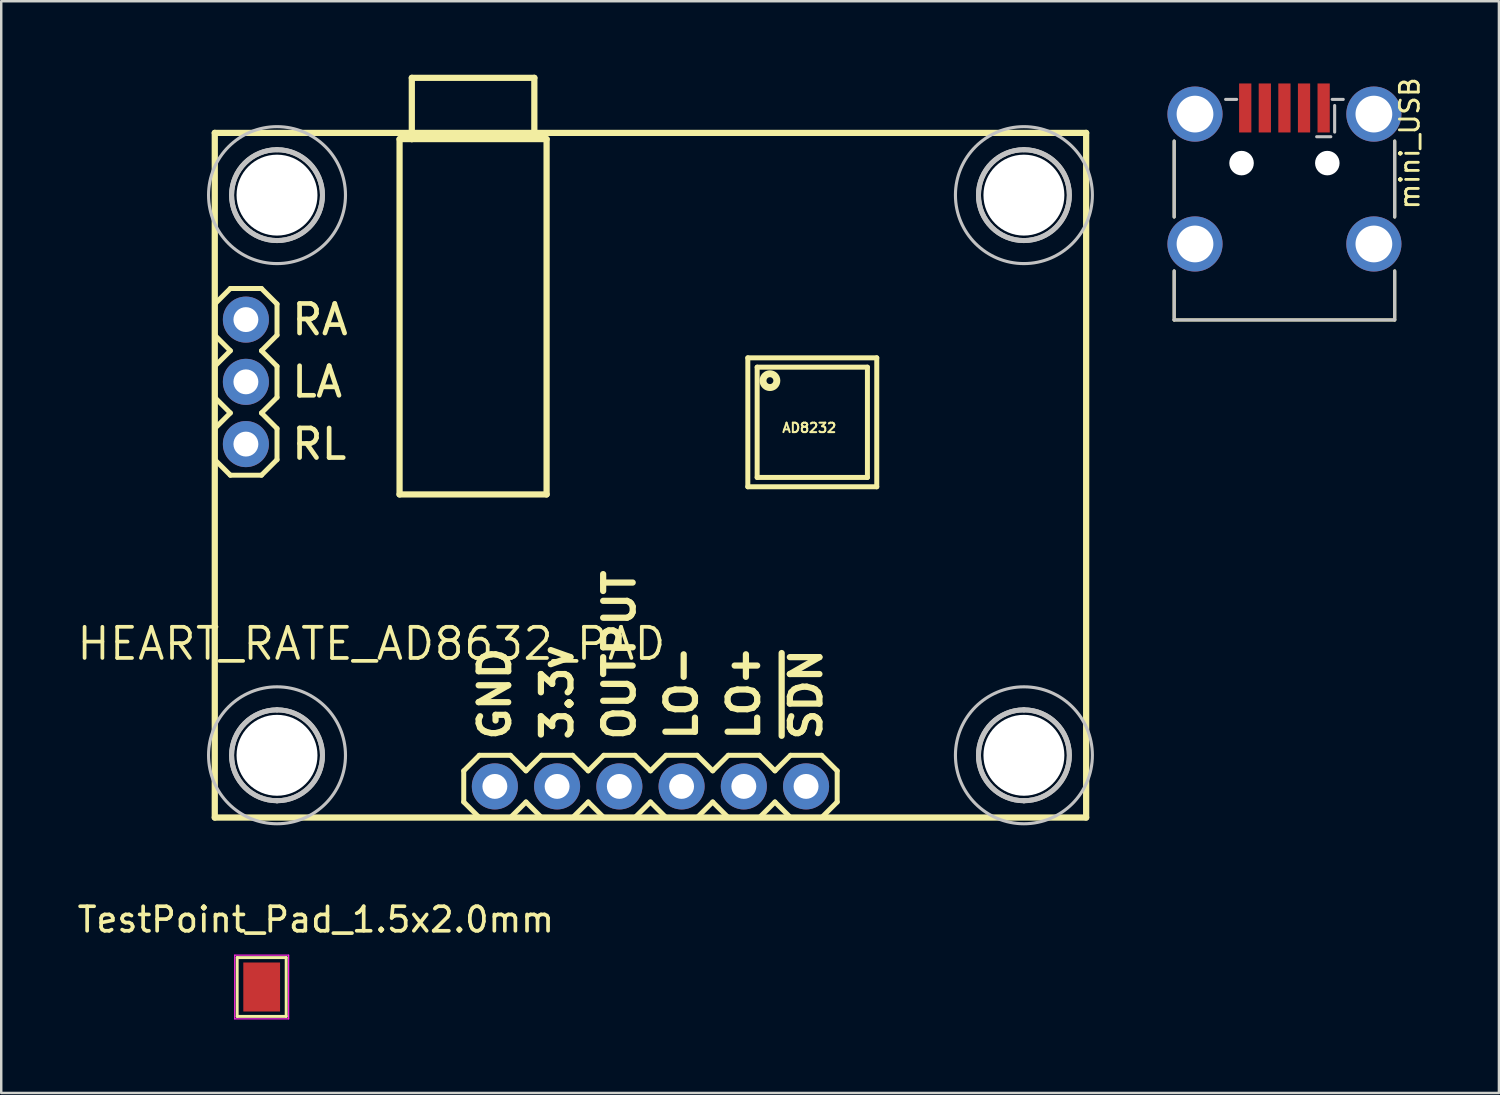
<source format=kicad_pcb>
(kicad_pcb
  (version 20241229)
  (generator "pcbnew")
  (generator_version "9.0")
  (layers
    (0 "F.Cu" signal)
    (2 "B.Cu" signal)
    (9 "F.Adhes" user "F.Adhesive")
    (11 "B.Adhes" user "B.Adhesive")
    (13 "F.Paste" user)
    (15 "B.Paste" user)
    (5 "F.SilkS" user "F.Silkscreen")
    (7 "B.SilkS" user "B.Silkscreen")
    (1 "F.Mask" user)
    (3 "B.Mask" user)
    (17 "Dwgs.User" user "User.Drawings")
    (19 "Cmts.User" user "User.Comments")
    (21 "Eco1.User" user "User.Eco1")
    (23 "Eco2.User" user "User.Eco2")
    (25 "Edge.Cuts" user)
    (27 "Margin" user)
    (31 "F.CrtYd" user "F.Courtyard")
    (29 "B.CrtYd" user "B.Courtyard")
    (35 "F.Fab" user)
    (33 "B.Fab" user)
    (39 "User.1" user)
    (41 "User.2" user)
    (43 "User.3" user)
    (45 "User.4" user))
  (footprint "HEART_RATE_AD8632_PAD"
    (layer "F.Cu")
    (at 5.715 30.313)
    (property "Reference" "HEART_RATE_AD8632_PAD" (at -5.715 -6.35 0) (layer "F.SilkS") (effects (font (size 1.27 1.27) (thickness 0.152)) (justify left bottom)))
    (attr through_hole)
    (fp_line (start 0 -27.94) (end 0 0) (stroke (width 0.254) (type solid)) (layer "F.SilkS"))
    (fp_line (start 0 -20.955) (end 0.635 -21.59) (stroke (width 0.203) (type solid)) (layer "F.SilkS"))
    (fp_line (start 0 -19.685) (end 0 -20.955) (stroke (width 0.203) (type solid)) (layer "F.SilkS"))
    (fp_line (start 0 -18.415) (end 0.635 -19.05) (stroke (width 0.203) (type solid)) (layer "F.SilkS"))
    (fp_line (start 0 -17.145) (end 0 -18.415) (stroke (width 0.203) (type solid)) (layer "F.SilkS"))
    (fp_line (start 0 -15.875) (end 0.635 -16.51) (stroke (width 0.203) (type solid)) (layer "F.SilkS"))
    (fp_line (start 0 -14.605) (end 0 -15.875) (stroke (width 0.203) (type solid)) (layer "F.SilkS"))
    (fp_line (start 0 -14.605) (end 0.635 -13.97) (stroke (width 0.203) (type solid)) (layer "F.SilkS"))
    (fp_line (start 0 0) (end 35.56 0) (stroke (width 0.254) (type solid)) (layer "F.SilkS"))
    (fp_line (start 0.635 -21.59) (end 1.905 -21.59) (stroke (width 0.203) (type solid)) (layer "F.SilkS"))
    (fp_line (start 0.635 -19.05) (end 0 -19.685) (stroke (width 0.203) (type solid)) (layer "F.SilkS"))
    (fp_line (start 0.635 -16.51) (end 0 -17.145) (stroke (width 0.203) (type solid)) (layer "F.SilkS"))
    (fp_line (start 0.635 -13.97) (end 1.905 -13.97) (stroke (width 0.203) (type solid)) (layer "F.SilkS"))
    (fp_line (start 1.905 -21.59) (end 2.54 -20.955) (stroke (width 0.203) (type solid)) (layer "F.SilkS"))
    (fp_line (start 1.905 -19.05) (end 2.54 -18.415) (stroke (width 0.203) (type solid)) (layer "F.SilkS"))
    (fp_line (start 1.905 -16.51) (end 2.54 -15.875) (stroke (width 0.203) (type solid)) (layer "F.SilkS"))
    (fp_line (start 1.905 -13.97) (end 2.54 -14.605) (stroke (width 0.203) (type solid)) (layer "F.SilkS"))
    (fp_line (start 2.54 -20.955) (end 2.54 -19.685) (stroke (width 0.203) (type solid)) (layer "F.SilkS"))
    (fp_line (start 2.54 -19.685) (end 1.905 -19.05) (stroke (width 0.203) (type solid)) (layer "F.SilkS"))
    (fp_line (start 2.54 -18.415) (end 2.54 -17.145) (stroke (width 0.203) (type solid)) (layer "F.SilkS"))
    (fp_line (start 2.54 -17.145) (end 1.905 -16.51) (stroke (width 0.203) (type solid)) (layer "F.SilkS"))
    (fp_line (start 2.54 -15.875) (end 2.54 -14.605) (stroke (width 0.203) (type solid)) (layer "F.SilkS"))
    (fp_line (start 7.541 -13.186) (end 7.541 -27.686) (stroke (width 0.254) (type solid)) (layer "F.SilkS"))
    (fp_line (start 8.041 -30.186) (end 8.041 -27.686) (stroke (width 0.254) (type solid)) (layer "F.SilkS"))
    (fp_line (start 8.041 -27.686) (end 7.541 -27.686) (stroke (width 0.254) (type solid)) (layer "F.SilkS"))
    (fp_line (start 10.16 -1.905) (end 10.16 -0.635) (stroke (width 0.203) (type solid)) (layer "F.SilkS"))
    (fp_line (start 10.16 -0.635) (end 10.795 0) (stroke (width 0.203) (type solid)) (layer "F.SilkS"))
    (fp_line (start 10.795 -2.54) (end 10.16 -1.905) (stroke (width 0.203) (type solid)) (layer "F.SilkS"))
    (fp_line (start 10.795 -2.54) (end 12.065 -2.54) (stroke (width 0.203) (type solid)) (layer "F.SilkS"))
    (fp_line (start 12.065 -2.54) (end 12.7 -1.905) (stroke (width 0.203) (type solid)) (layer "F.SilkS"))
    (fp_line (start 12.065 0) (end 10.795 0) (stroke (width 0.203) (type solid)) (layer "F.SilkS"))
    (fp_line (start 12.7 -1.905) (end 13.335 -2.54) (stroke (width 0.203) (type solid)) (layer "F.SilkS"))
    (fp_line (start 12.7 -0.635) (end 12.065 0) (stroke (width 0.203) (type solid)) (layer "F.SilkS"))
    (fp_line (start 13.041 -30.186) (end 8.041 -30.186) (stroke (width 0.254) (type solid)) (layer "F.SilkS"))
    (fp_line (start 13.041 -27.838) (end 13.041 -30.186) (stroke (width 0.254) (type solid)) (layer "F.SilkS"))
    (fp_line (start 13.335 -2.54) (end 14.605 -2.54) (stroke (width 0.203) (type solid)) (layer "F.SilkS"))
    (fp_line (start 13.335 0) (end 12.7 -0.635) (stroke (width 0.203) (type solid)) (layer "F.SilkS"))
    (fp_line (start 13.541 -27.686) (end 8.041 -27.686) (stroke (width 0.254) (type solid)) (layer "F.SilkS"))
    (fp_line (start 13.541 -13.186) (end 7.541 -13.186) (stroke (width 0.254) (type solid)) (layer "F.SilkS"))
    (fp_line (start 13.541 -13.186) (end 13.541 -27.686) (stroke (width 0.254) (type solid)) (layer "F.SilkS"))
    (fp_line (start 14.605 -2.54) (end 15.24 -1.905) (stroke (width 0.203) (type solid)) (layer "F.SilkS"))
    (fp_line (start 14.605 0) (end 13.335 0) (stroke (width 0.203) (type solid)) (layer "F.SilkS"))
    (fp_line (start 15.24 -1.905) (end 15.875 -2.54) (stroke (width 0.203) (type solid)) (layer "F.SilkS"))
    (fp_line (start 15.24 -0.635) (end 14.605 0) (stroke (width 0.203) (type solid)) (layer "F.SilkS"))
    (fp_line (start 15.875 -2.54) (end 17.145 -2.54) (stroke (width 0.203) (type solid)) (layer "F.SilkS"))
    (fp_line (start 15.875 0) (end 15.24 -0.635) (stroke (width 0.203) (type solid)) (layer "F.SilkS"))
    (fp_line (start 17.145 -2.54) (end 17.78 -1.905) (stroke (width 0.203) (type solid)) (layer "F.SilkS"))
    (fp_line (start 17.145 0) (end 15.875 0) (stroke (width 0.203) (type solid)) (layer "F.SilkS"))
    (fp_line (start 17.78 -0.635) (end 17.145 0) (stroke (width 0.203) (type solid)) (layer "F.SilkS"))
    (fp_line (start 17.78 -0.635) (end 18.415 0) (stroke (width 0.203) (type solid)) (layer "F.SilkS"))
    (fp_line (start 18.415 -2.54) (end 17.78 -1.905) (stroke (width 0.203) (type solid)) (layer "F.SilkS"))
    (fp_line (start 18.415 -2.54) (end 19.685 -2.54) (stroke (width 0.203) (type solid)) (layer "F.SilkS"))
    (fp_line (start 19.685 -2.54) (end 20.32 -1.905) (stroke (width 0.203) (type solid)) (layer "F.SilkS"))
    (fp_line (start 19.685 0) (end 18.415 0) (stroke (width 0.203) (type solid)) (layer "F.SilkS"))
    (fp_line (start 20.32 -1.905) (end 20.955 -2.54) (stroke (width 0.203) (type solid)) (layer "F.SilkS"))
    (fp_line (start 20.32 -0.635) (end 19.685 0) (stroke (width 0.203) (type solid)) (layer "F.SilkS"))
    (fp_line (start 20.955 -2.54) (end 22.225 -2.54) (stroke (width 0.203) (type solid)) (layer "F.SilkS"))
    (fp_line (start 20.955 0) (end 20.32 -0.635) (stroke (width 0.203) (type solid)) (layer "F.SilkS"))
    (fp_line (start 21.753 -18.76) (end 21.753 -13.498) (stroke (width 0.203) (type solid)) (layer "F.SilkS"))
    (fp_line (start 21.753 -13.498) (end 27.015 -13.498) (stroke (width 0.203) (type solid)) (layer "F.SilkS"))
    (fp_line (start 22.134 -18.379) (end 22.134 -13.879) (stroke (width 0.203) (type solid)) (layer "F.SilkS"))
    (fp_line (start 22.134 -13.879) (end 26.634 -13.879) (stroke (width 0.203) (type solid)) (layer "F.SilkS"))
    (fp_line (start 22.225 -2.54) (end 22.86 -1.905) (stroke (width 0.203) (type solid)) (layer "F.SilkS"))
    (fp_line (start 22.225 0) (end 20.955 0) (stroke (width 0.203) (type solid)) (layer "F.SilkS"))
    (fp_line (start 22.86 -1.905) (end 23.495 -2.54) (stroke (width 0.203) (type solid)) (layer "F.SilkS"))
    (fp_line (start 22.86 -0.635) (end 22.225 0) (stroke (width 0.203) (type solid)) (layer "F.SilkS"))
    (fp_line (start 23.495 -2.54) (end 24.765 -2.54) (stroke (width 0.203) (type solid)) (layer "F.SilkS"))
    (fp_line (start 23.495 0) (end 22.86 -0.635) (stroke (width 0.203) (type solid)) (layer "F.SilkS"))
    (fp_line (start 24.765 -2.54) (end 25.4 -1.905) (stroke (width 0.203) (type solid)) (layer "F.SilkS"))
    (fp_line (start 24.765 0) (end 23.495 0) (stroke (width 0.203) (type solid)) (layer "F.SilkS"))
    (fp_line (start 25.4 -1.905) (end 25.4 -0.635) (stroke (width 0.203) (type solid)) (layer "F.SilkS"))
    (fp_line (start 25.4 -0.635) (end 24.765 0) (stroke (width 0.203) (type solid)) (layer "F.SilkS"))
    (fp_line (start 26.634 -18.379) (end 22.134 -18.379) (stroke (width 0.203) (type solid)) (layer "F.SilkS"))
    (fp_line (start 26.634 -13.879) (end 26.634 -18.379) (stroke (width 0.203) (type solid)) (layer "F.SilkS"))
    (fp_line (start 27.015 -18.76) (end 21.753 -18.76) (stroke (width 0.203) (type solid)) (layer "F.SilkS"))
    (fp_line (start 27.015 -13.498) (end 27.015 -18.76) (stroke (width 0.203) (type solid)) (layer "F.SilkS"))
    (fp_line (start 35.56 -27.94) (end 0 -27.94) (stroke (width 0.254) (type solid)) (layer "F.SilkS"))
    (fp_line (start 35.56 0) (end 35.56 -27.94) (stroke (width 0.254) (type solid)) (layer "F.SilkS"))
    (fp_circle (center 22.655 -17.829) (end 22.796 -17.829) (stroke (width 0.283) (type solid)) (fill no) (layer "F.SilkS"))
    (fp_arc (start 2.54 -27.2542) (mid 4.3942 -25.4) (end 2.54 -23.5458) (stroke (width 0.2032) (type solid)) (layer "Dwgs.User"))
    (fp_arc (start 2.54 -27.2542) (mid 4.3942 -25.4) (end 2.54 -23.5458) (stroke (width 0.2032) (type solid)) (layer "Dwgs.User"))
    (fp_arc (start 2.54 -23.5458) (mid 0.6858 -25.4) (end 2.54 -27.2542) (stroke (width 0.2032) (type solid)) (layer "Dwgs.User"))
    (fp_arc (start 2.54 -23.5458) (mid 0.6858 -25.4) (end 2.54 -27.2542) (stroke (width 0.2032) (type solid)) (layer "Dwgs.User"))
    (fp_arc (start 2.54 -4.3942) (mid 4.3942 -2.54) (end 2.54 -0.6858) (stroke (width 0.2032) (type solid)) (layer "Dwgs.User"))
    (fp_arc (start 2.54 -4.3942) (mid 4.3942 -2.54) (end 2.54 -0.6858) (stroke (width 0.2032) (type solid)) (layer "Dwgs.User"))
    (fp_arc (start 2.54 -0.6858) (mid 0.6858 -2.54) (end 2.54 -4.3942) (stroke (width 0.2032) (type solid)) (layer "Dwgs.User"))
    (fp_arc (start 2.54 -0.6858) (mid 0.6858 -2.54) (end 2.54 -4.3942) (stroke (width 0.2032) (type solid)) (layer "Dwgs.User"))
    (fp_arc (start 33.02 -27.2542) (mid 34.8742 -25.4) (end 33.02 -23.5458) (stroke (width 0.2032) (type solid)) (layer "Dwgs.User"))
    (fp_arc (start 33.02 -27.2542) (mid 34.8742 -25.4) (end 33.02 -23.5458) (stroke (width 0.2032) (type solid)) (layer "Dwgs.User"))
    (fp_arc (start 33.02 -23.5458) (mid 31.1658 -25.4) (end 33.02 -27.2542) (stroke (width 0.2032) (type solid)) (layer "Dwgs.User"))
    (fp_arc (start 33.02 -23.5458) (mid 31.1658 -25.4) (end 33.02 -27.2542) (stroke (width 0.2032) (type solid)) (layer "Dwgs.User"))
    (fp_arc (start 33.02 -4.3942) (mid 34.8742 -2.54) (end 33.02 -0.6858) (stroke (width 0.2032) (type solid)) (layer "Dwgs.User"))
    (fp_arc (start 33.02 -4.3942) (mid 34.8742 -2.54) (end 33.02 -0.6858) (stroke (width 0.2032) (type solid)) (layer "Dwgs.User"))
    (fp_arc (start 33.02 -0.6858) (mid 31.1658 -2.54) (end 33.02 -4.3942) (stroke (width 0.2032) (type solid)) (layer "Dwgs.User"))
    (fp_arc (start 33.02 -0.6858) (mid 31.1658 -2.54) (end 33.02 -4.3942) (stroke (width 0.2032) (type solid)) (layer "Dwgs.User"))
    (fp_circle (center 2.54 -25.4) (end 5.334 -25.4) (stroke (width 0.127) (type solid)) (fill no) (layer "Dwgs.User"))
    (fp_circle (center 2.54 -2.54) (end 5.334 -2.54) (stroke (width 0.127) (type solid)) (fill no) (layer "Dwgs.User"))
    (fp_circle (center 33.02 -25.4) (end 35.814 -25.4) (stroke (width 0.127) (type solid)) (fill no) (layer "Dwgs.User"))
    (fp_circle (center 33.02 -2.54) (end 35.814 -2.54) (stroke (width 0.127) (type solid)) (fill no) (layer "Dwgs.User"))
    (fp_poly (pts (xy 1.524 -20.066) (xy 1.524 -20.574) (xy 1.016 -20.574) (xy 1.016 -20.066)) (stroke (width 0.1) (type solid)) (fill no) (layer "F.Fab"))
    (fp_poly (pts (xy 1.524 -17.526) (xy 1.524 -18.034) (xy 1.016 -18.034) (xy 1.016 -17.526)) (stroke (width 0.1) (type solid)) (fill no) (layer "F.Fab"))
    (fp_poly (pts (xy 1.524 -14.986) (xy 1.524 -15.494) (xy 1.016 -15.494) (xy 1.016 -14.986)) (stroke (width 0.1) (type solid)) (fill no) (layer "F.Fab"))
    (fp_poly (pts (xy 11.176 -1.016) (xy 11.684 -1.016) (xy 11.684 -1.524) (xy 11.176 -1.524)) (stroke (width 0.1) (type solid)) (fill no) (layer "F.Fab"))
    (fp_poly (pts (xy 13.716 -1.016) (xy 14.224 -1.016) (xy 14.224 -1.524) (xy 13.716 -1.524)) (stroke (width 0.1) (type solid)) (fill no) (layer "F.Fab"))
    (fp_poly (pts (xy 16.256 -1.016) (xy 16.764 -1.016) (xy 16.764 -1.524) (xy 16.256 -1.524)) (stroke (width 0.1) (type solid)) (fill no) (layer "F.Fab"))
    (fp_poly (pts (xy 18.796 -1.016) (xy 19.304 -1.016) (xy 19.304 -1.524) (xy 18.796 -1.524)) (stroke (width 0.1) (type solid)) (fill no) (layer "F.Fab"))
    (fp_poly (pts (xy 21.336 -1.016) (xy 21.844 -1.016) (xy 21.844 -1.524) (xy 21.336 -1.524)) (stroke (width 0.1) (type solid)) (fill no) (layer "F.Fab"))
    (fp_poly (pts (xy 23.876 -1.016) (xy 24.384 -1.016) (xy 24.384 -1.524) (xy 23.876 -1.524)) (stroke (width 0.1) (type solid)) (fill no) (layer "F.Fab"))
    (fp_text user "RA" (at 3.048 -20.32 0) (layer "F.SilkS") (effects (font (size 1.206 1.206) (thickness 0.191)) (justify left)))
    (fp_text user "LO+" (at 21.59 -3.048 90) (layer "F.SilkS") (effects (font (size 1.206 1.206) (thickness 0.254)) (justify left)))
    (fp_text user "OUTPUT" (at 16.51 -3.048 90) (layer "F.SilkS") (effects (font (size 1.206 1.206) (thickness 0.254)) (justify left)))
    (fp_text user "~{SDN}" (at 24.13 -3.048 90) (layer "F.SilkS") (effects (font (size 1.206 1.206) (thickness 0.254)) (justify left)))
    (fp_text user "AD8232" (at 23.114 -16.129 0) (layer "F.SilkS") (effects (font (size 0.386 0.386) (thickness 0.081)) (justify left top)))
    (fp_text user "3.3v" (at 13.97 -3.048 90) (layer "F.SilkS") (effects (font (size 1.206 1.206) (thickness 0.254)) (justify left)))
    (fp_text user "RL" (at 3.048 -15.24 0) (layer "F.SilkS") (effects (font (size 1.206 1.206) (thickness 0.191)) (justify left)))
    (fp_text user "LA" (at 3.048 -17.78 0) (layer "F.SilkS") (effects (font (size 1.206 1.206) (thickness 0.191)) (justify left)))
    (fp_text user "GND" (at 11.43 -3.048 90) (layer "F.SilkS") (effects (font (size 1.206 1.206) (thickness 0.254)) (justify left)))
    (fp_text user "LO-" (at 19.05 -3.048 90) (layer "F.SilkS") (effects (font (size 1.206 1.206) (thickness 0.254)) (justify left)))
    (pad "" np_thru_hole circle (at 2.54 -25.4) (size 3.302 3.302) (drill 3.302) (layers "*.Cu" "*.Mask"))
    (pad "" np_thru_hole circle (at 2.54 -2.54) (size 3.302 3.302) (drill 3.302) (layers "*.Cu" "*.Mask"))
    (pad "" np_thru_hole circle (at 33.02 -25.4) (size 3.302 3.302) (drill 3.302) (layers "*.Cu" "*.Mask"))
    (pad "" np_thru_hole circle (at 33.02 -2.54) (size 3.302 3.302) (drill 3.302) (layers "*.Cu" "*.Mask"))
    (pad "1" thru_hole circle (at 1.27 -20.32 180) (size 1.88 1.88) (drill 1.016) (layers "*.Cu" "*.Mask"))
    (pad "2" thru_hole circle (at 1.27 -17.78 180) (size 1.88 1.88) (drill 1.016) (layers "*.Cu" "*.Mask"))
    (pad "3" thru_hole circle (at 1.27 -15.24 180) (size 1.88 1.88) (drill 1.016) (layers "*.Cu" "*.Mask"))
    (pad "4" thru_hole circle (at 11.43 -1.27 90) (size 1.88 1.88) (drill 1.016) (layers "*.Cu" "*.Mask"))
    (pad "5" thru_hole circle (at 13.97 -1.27 90) (size 1.88 1.88) (drill 1.016) (layers "*.Cu" "*.Mask"))
    (pad "6" thru_hole circle (at 16.51 -1.27 90) (size 1.88 1.88) (drill 1.016) (layers "*.Cu" "*.Mask"))
    (pad "7" thru_hole circle (at 19.05 -1.27 90) (size 1.88 1.88) (drill 1.016) (layers "*.Cu" "*.Mask"))
    (pad "8" thru_hole circle (at 21.59 -1.27 90) (size 1.88 1.88) (drill 1.016) (layers "*.Cu" "*.Mask"))
    (pad "9" thru_hole circle (at 24.13 -1.27 90) (size 1.88 1.88) (drill 1.016) (layers "*.Cu" "*.Mask")))
  (footprint "mini_USB"
    (layer "F.Cu")
    (at 49.367 10.006)
    (property "Reference" "mini_USB" (at 5.563 -4.445 270) (layer "F.SilkS") (effects (font (size 0.772 0.772) (thickness 0.116)) (justify left bottom)))
    (attr smd)
    (fp_line (start -4.5 -7.3) (end -4.5 -4.2) (stroke (width 0.127) (type solid)) (layer "F.SilkS"))
    (fp_line (start -4.5 -2) (end -4.5 0) (stroke (width 0.127) (type solid)) (layer "F.SilkS"))
    (fp_line (start -4.5 0) (end 4.5 0) (stroke (width 0.127) (type solid)) (layer "F.SilkS"))
    (fp_line (start 4.5 -7.3) (end 4.5 -4.2) (stroke (width 0.127) (type solid)) (layer "F.SilkS"))
    (fp_line (start 4.5 0) (end 4.5 -2) (stroke (width 0.127) (type solid)) (layer "F.SilkS"))
    (fp_line (start -4.5 -7.3) (end -4.5 -4.2) (stroke (width 0.127) (type solid)) (layer "Dwgs.User"))
    (fp_line (start -4.5 -2) (end -4.5 0) (stroke (width 0.127) (type solid)) (layer "Dwgs.User"))
    (fp_line (start -4.5 0) (end 4.5 0) (stroke (width 0.127) (type solid)) (layer "Dwgs.User"))
    (fp_line (start -1.95 -9) (end -2.4 -9) (stroke (width 0.127) (type solid)) (layer "Dwgs.User"))
    (fp_line (start 1.315 -7.476) (end 1.892 -7.476) (stroke (width 0.127) (type solid)) (layer "Dwgs.User"))
    (fp_line (start 1.95 -9) (end 2.4 -9) (stroke (width 0.127) (type solid)) (layer "Dwgs.User"))
    (fp_line (start 2.049 -7.665) (end 2.049 -8.75) (stroke (width 0.127) (type solid)) (layer "Dwgs.User"))
    (fp_line (start 4.5 -7.3) (end 4.5 -4.2) (stroke (width 0.127) (type solid)) (layer "Dwgs.User"))
    (fp_line (start 4.5 0) (end 4.5 -2) (stroke (width 0.127) (type solid)) (layer "Dwgs.User"))
    (pad "" np_thru_hole circle (at -1.75 -6.4) (size 1 1) (drill 1) (layers "*.Cu" "*.Mask"))
    (pad "" np_thru_hole circle (at 1.75 -6.4) (size 1 1) (drill 1) (layers "*.Cu" "*.Mask"))
    (pad "1" smd rect (at -1.6 -8.65 90) (size 2 0.5) (layers "F.Cu" "F.Mask" "F.Paste"))
    (pad "2" smd rect (at -0.8 -8.65 90) (size 2 0.5) (layers "F.Cu" "F.Mask" "F.Paste"))
    (pad "3" smd rect (at 0 -8.65 90) (size 2 0.5) (layers "F.Cu" "F.Mask" "F.Paste"))
    (pad "4" smd rect (at 0.8 -8.65 90) (size 2 0.5) (layers "F.Cu" "F.Mask" "F.Paste"))
    (pad "5" smd rect (at 1.6 -8.65 90) (size 2 0.5) (layers "F.Cu" "F.Mask" "F.Paste"))
    (pad "6" thru_hole circle (at -3.65 -8.4) (size 2.25 2.25) (drill 1.5) (layers "*.Cu" "*.Mask"))
    (pad "6" thru_hole circle (at -3.65 -3.1 90) (size 2.25 2.25) (drill 1.5) (layers "*.Cu" "*.Mask"))
    (pad "6" thru_hole circle (at 3.65 -8.4) (size 2.25 2.25) (drill 1.5) (layers "*.Cu" "*.Mask"))
    (pad "6" thru_hole circle (at 3.65 -3.1 90) (size 2.25 2.25) (drill 1.5) (layers "*.Cu" "*.Mask")))
  (footprint "TestPoint_Pad_1.5x2.0mm"
    (layer "F.Cu")
    (at 7.629 37.229)
    (property "Reference" "TestPoint_Pad_1.5x2.0mm" (at 2.21 -2.75 0) (layer "F.SilkS") (effects (font (size 1 1) (thickness 0.15))))
    (attr exclude_from_pos_files exclude_from_bom)
    (fp_line (start -1 -1.2) (end 1 -1.2) (stroke (width 0.12) (type solid)) (layer "F.SilkS"))
    (fp_line (start -1 1.2) (end -1 -1.2) (stroke (width 0.12) (type solid)) (layer "F.SilkS"))
    (fp_line (start 1 -1.2) (end 1 1.2) (stroke (width 0.12) (type solid)) (layer "F.SilkS"))
    (fp_line (start 1 1.2) (end -1 1.2) (stroke (width 0.12) (type solid)) (layer "F.SilkS"))
    (fp_line (start -1.1 -1.3) (end -1.1 1.3) (stroke (width 0.05) (type solid)) (layer "F.CrtYd"))
    (fp_line (start -1.1 -1.3) (end 1.1 -1.3) (stroke (width 0.05) (type solid)) (layer "F.CrtYd"))
    (fp_line (start 1.1 1.3) (end -1.1 1.3) (stroke (width 0.05) (type solid)) (layer "F.CrtYd"))
    (fp_line (start 1.1 1.3) (end 1.1 -1.3) (stroke (width 0.05) (type solid)) (layer "F.CrtYd"))
    (pad "1" smd rect (at 0 0) (size 1.5 2) (layers "F.Cu" "F.Mask")))
  (gr_rect
    (start -3 -3)
    (end 58.12 41.554)
    (stroke (width 0.1) (type default))
    (fill no)
    (layer "Edge.Cuts")))
</source>
